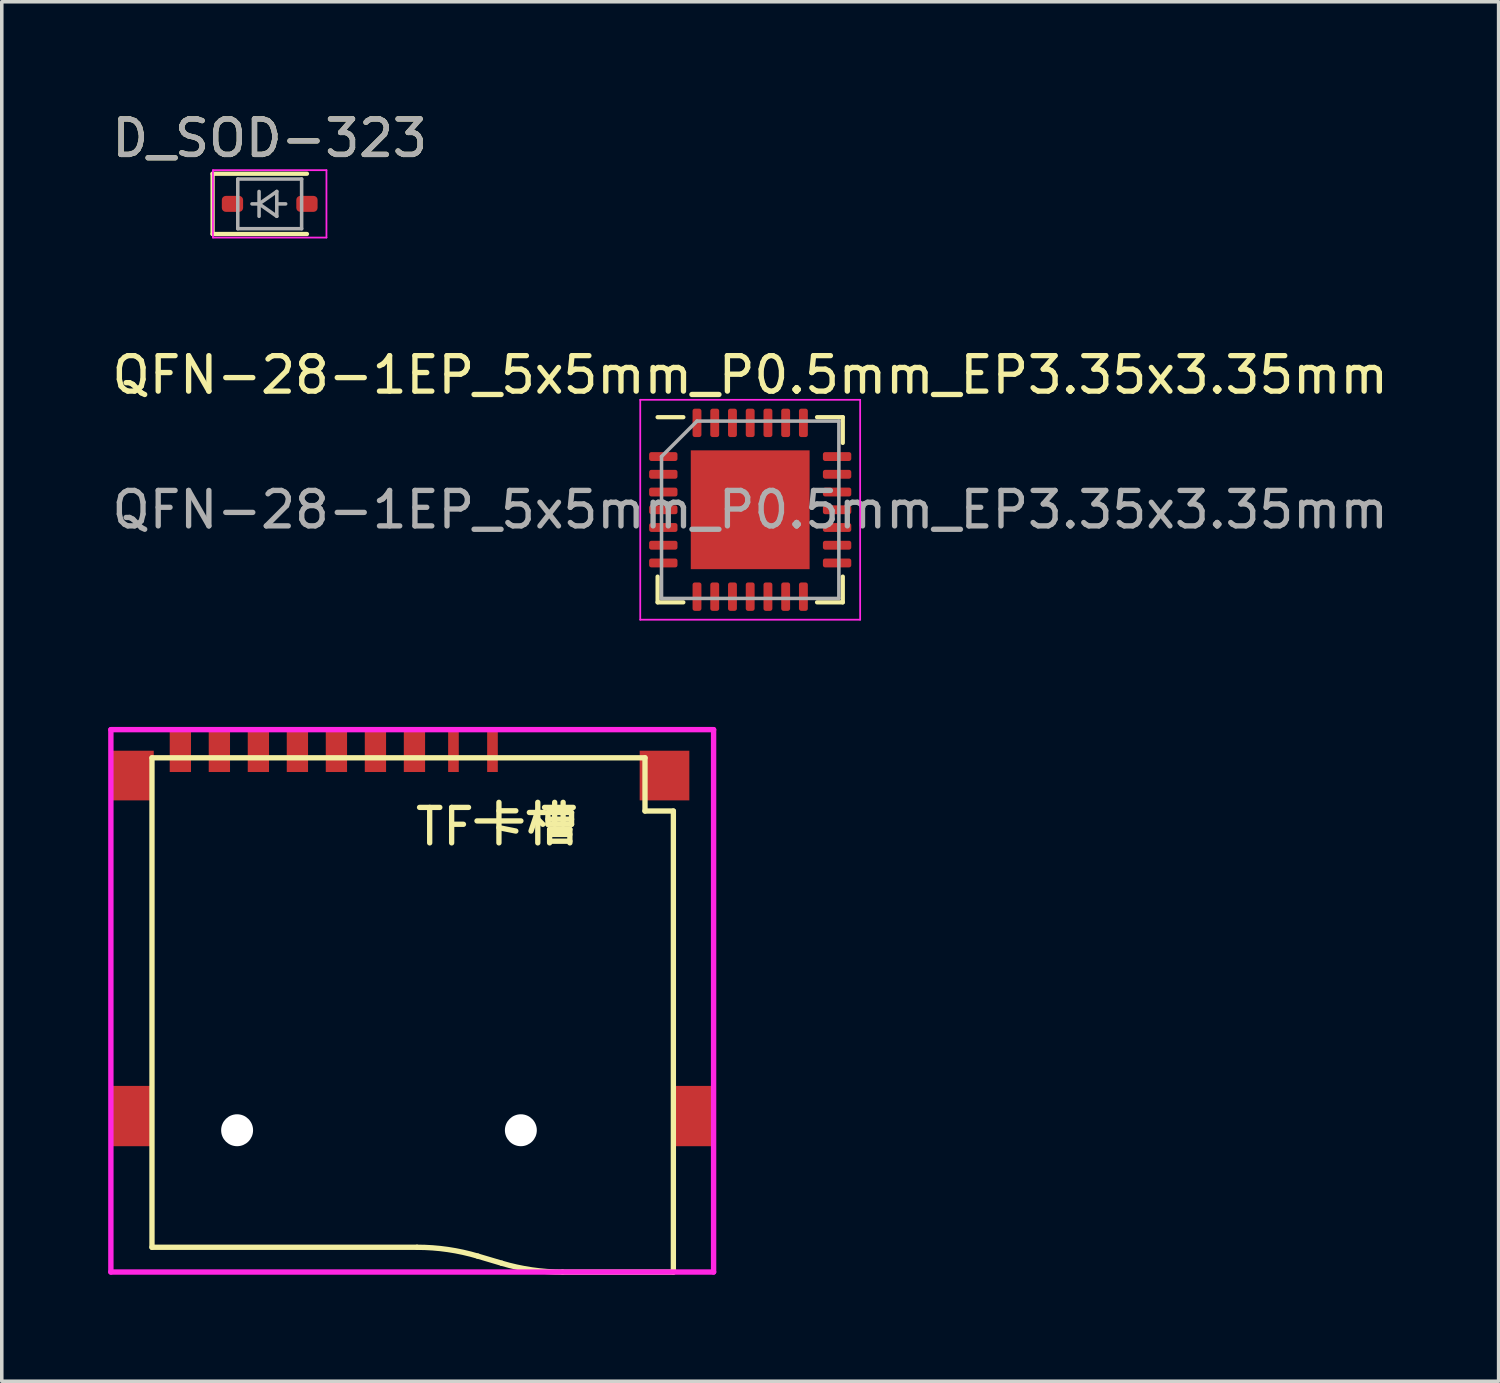
<source format=kicad_pcb>
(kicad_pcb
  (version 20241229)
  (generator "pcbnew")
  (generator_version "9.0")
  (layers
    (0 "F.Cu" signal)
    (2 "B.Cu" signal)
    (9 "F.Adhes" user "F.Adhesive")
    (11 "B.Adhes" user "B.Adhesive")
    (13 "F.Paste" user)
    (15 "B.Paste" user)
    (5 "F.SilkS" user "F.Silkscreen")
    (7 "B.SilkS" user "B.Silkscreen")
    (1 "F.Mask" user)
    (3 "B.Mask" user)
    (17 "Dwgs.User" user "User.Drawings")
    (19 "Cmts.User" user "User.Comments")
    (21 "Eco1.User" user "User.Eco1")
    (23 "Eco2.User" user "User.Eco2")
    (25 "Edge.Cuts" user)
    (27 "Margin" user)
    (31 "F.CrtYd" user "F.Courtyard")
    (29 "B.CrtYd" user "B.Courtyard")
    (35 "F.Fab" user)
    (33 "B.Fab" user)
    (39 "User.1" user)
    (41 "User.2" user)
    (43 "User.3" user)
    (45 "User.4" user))
  (footprint "QFN-28-1EP_5x5mm_P0.5mm_EP3.35x3.35mm"
    (layer "F.Cu")
    (at 18.101 11.322)
    (property "Reference" "QFN-28-1EP_5x5mm_P0.5mm_EP3.35x3.35mm" (at 0 -3.8 0) (layer "F.SilkS") (effects (font (size 1 1) (thickness 0.15))))
    (attr smd)
    (fp_line (start -2.61 2.61) (end -2.61 1.885) (stroke (width 0.12) (type solid)) (layer "F.SilkS"))
    (fp_line (start -1.885 -2.61) (end -2.61 -2.61) (stroke (width 0.12) (type solid)) (layer "F.SilkS"))
    (fp_line (start -1.885 2.61) (end -2.61 2.61) (stroke (width 0.12) (type solid)) (layer "F.SilkS"))
    (fp_line (start 1.885 -2.61) (end 2.61 -2.61) (stroke (width 0.12) (type solid)) (layer "F.SilkS"))
    (fp_line (start 1.885 2.61) (end 2.61 2.61) (stroke (width 0.12) (type solid)) (layer "F.SilkS"))
    (fp_line (start 2.61 -2.61) (end 2.61 -1.885) (stroke (width 0.12) (type solid)) (layer "F.SilkS"))
    (fp_line (start 2.61 2.61) (end 2.61 1.885) (stroke (width 0.12) (type solid)) (layer "F.SilkS"))
    (fp_line (start -3.1 -3.1) (end -3.1 3.1) (stroke (width 0.05) (type solid)) (layer "F.CrtYd"))
    (fp_line (start -3.1 3.1) (end 3.1 3.1) (stroke (width 0.05) (type solid)) (layer "F.CrtYd"))
    (fp_line (start 3.1 -3.1) (end -3.1 -3.1) (stroke (width 0.05) (type solid)) (layer "F.CrtYd"))
    (fp_line (start 3.1 3.1) (end 3.1 -3.1) (stroke (width 0.05) (type solid)) (layer "F.CrtYd"))
    (fp_line (start -2.5 -1.5) (end -1.5 -2.5) (stroke (width 0.1) (type solid)) (layer "F.Fab"))
    (fp_line (start -2.5 2.5) (end -2.5 -1.5) (stroke (width 0.1) (type solid)) (layer "F.Fab"))
    (fp_line (start -1.5 -2.5) (end 2.5 -2.5) (stroke (width 0.1) (type solid)) (layer "F.Fab"))
    (fp_line (start 2.5 -2.5) (end 2.5 2.5) (stroke (width 0.1) (type solid)) (layer "F.Fab"))
    (fp_line (start 2.5 2.5) (end -2.5 2.5) (stroke (width 0.1) (type solid)) (layer "F.Fab"))
    (fp_text user "${REFERENCE}" (at 0 0 0) (layer "F.Fab") (effects (font (size 1 1) (thickness 0.15))))
    (pad "" smd roundrect (at -1.12 -1.12) (size 0.9 0.9) (layers "F.Paste") (roundrect_rratio 0.25))
    (pad "" smd roundrect (at -1.12 0) (size 0.9 0.9) (layers "F.Paste") (roundrect_rratio 0.25))
    (pad "" smd roundrect (at -1.12 1.12) (size 0.9 0.9) (layers "F.Paste") (roundrect_rratio 0.25))
    (pad "" smd roundrect (at 0 -1.12) (size 0.9 0.9) (layers "F.Paste") (roundrect_rratio 0.25))
    (pad "" smd roundrect (at 0 0) (size 0.9 0.9) (layers "F.Paste") (roundrect_rratio 0.25))
    (pad "" smd roundrect (at 0 1.12) (size 0.9 0.9) (layers "F.Paste") (roundrect_rratio 0.25))
    (pad "" smd roundrect (at 1.12 -1.12) (size 0.9 0.9) (layers "F.Paste") (roundrect_rratio 0.25))
    (pad "" smd roundrect (at 1.12 0) (size 0.9 0.9) (layers "F.Paste") (roundrect_rratio 0.25))
    (pad "" smd roundrect (at 1.12 1.12) (size 0.9 0.9) (layers "F.Paste") (roundrect_rratio 0.25))
    (pad "1" smd roundrect (at -2.45 -1.5) (size 0.8 0.25) (layers "F.Cu" "F.Mask" "F.Paste") (roundrect_rratio 0.25))
    (pad "2" smd roundrect (at -2.45 -1) (size 0.8 0.25) (layers "F.Cu" "F.Mask" "F.Paste") (roundrect_rratio 0.25))
    (pad "3" smd roundrect (at -2.45 -0.5) (size 0.8 0.25) (layers "F.Cu" "F.Mask" "F.Paste") (roundrect_rratio 0.25))
    (pad "4" smd roundrect (at -2.45 0) (size 0.8 0.25) (layers "F.Cu" "F.Mask" "F.Paste") (roundrect_rratio 0.25))
    (pad "5" smd roundrect (at -2.45 0.5) (size 0.8 0.25) (layers "F.Cu" "F.Mask" "F.Paste") (roundrect_rratio 0.25))
    (pad "6" smd roundrect (at -2.45 1) (size 0.8 0.25) (layers "F.Cu" "F.Mask" "F.Paste") (roundrect_rratio 0.25))
    (pad "7" smd roundrect (at -2.45 1.5) (size 0.8 0.25) (layers "F.Cu" "F.Mask" "F.Paste") (roundrect_rratio 0.25))
    (pad "8" smd roundrect (at -1.5 2.45) (size 0.25 0.8) (layers "F.Cu" "F.Mask" "F.Paste") (roundrect_rratio 0.25))
    (pad "9" smd roundrect (at -1 2.45) (size 0.25 0.8) (layers "F.Cu" "F.Mask" "F.Paste") (roundrect_rratio 0.25))
    (pad "10" smd roundrect (at -0.5 2.45) (size 0.25 0.8) (layers "F.Cu" "F.Mask" "F.Paste") (roundrect_rratio 0.25))
    (pad "11" smd roundrect (at 0 2.45) (size 0.25 0.8) (layers "F.Cu" "F.Mask" "F.Paste") (roundrect_rratio 0.25))
    (pad "12" smd roundrect (at 0.5 2.45) (size 0.25 0.8) (layers "F.Cu" "F.Mask" "F.Paste") (roundrect_rratio 0.25))
    (pad "13" smd roundrect (at 1 2.45) (size 0.25 0.8) (layers "F.Cu" "F.Mask" "F.Paste") (roundrect_rratio 0.25))
    (pad "14" smd roundrect (at 1.5 2.45) (size 0.25 0.8) (layers "F.Cu" "F.Mask" "F.Paste") (roundrect_rratio 0.25))
    (pad "15" smd roundrect (at 2.45 1.5) (size 0.8 0.25) (layers "F.Cu" "F.Mask" "F.Paste") (roundrect_rratio 0.25))
    (pad "16" smd roundrect (at 2.45 1) (size 0.8 0.25) (layers "F.Cu" "F.Mask" "F.Paste") (roundrect_rratio 0.25))
    (pad "17" smd roundrect (at 2.45 0.5) (size 0.8 0.25) (layers "F.Cu" "F.Mask" "F.Paste") (roundrect_rratio 0.25))
    (pad "18" smd roundrect (at 2.45 0) (size 0.8 0.25) (layers "F.Cu" "F.Mask" "F.Paste") (roundrect_rratio 0.25))
    (pad "19" smd roundrect (at 2.45 -0.5) (size 0.8 0.25) (layers "F.Cu" "F.Mask" "F.Paste") (roundrect_rratio 0.25))
    (pad "20" smd roundrect (at 2.45 -1) (size 0.8 0.25) (layers "F.Cu" "F.Mask" "F.Paste") (roundrect_rratio 0.25))
    (pad "21" smd roundrect (at 2.45 -1.5) (size 0.8 0.25) (layers "F.Cu" "F.Mask" "F.Paste") (roundrect_rratio 0.25))
    (pad "22" smd roundrect (at 1.5 -2.45) (size 0.25 0.8) (layers "F.Cu" "F.Mask" "F.Paste") (roundrect_rratio 0.25))
    (pad "23" smd roundrect (at 1 -2.45) (size 0.25 0.8) (layers "F.Cu" "F.Mask" "F.Paste") (roundrect_rratio 0.25))
    (pad "24" smd roundrect (at 0.5 -2.45) (size 0.25 0.8) (layers "F.Cu" "F.Mask" "F.Paste") (roundrect_rratio 0.25))
    (pad "25" smd roundrect (at 0 -2.45) (size 0.25 0.8) (layers "F.Cu" "F.Mask" "F.Paste") (roundrect_rratio 0.25))
    (pad "26" smd roundrect (at -0.5 -2.45) (size 0.25 0.8) (layers "F.Cu" "F.Mask" "F.Paste") (roundrect_rratio 0.25))
    (pad "27" smd roundrect (at -1 -2.45) (size 0.25 0.8) (layers "F.Cu" "F.Mask" "F.Paste") (roundrect_rratio 0.25))
    (pad "28" smd roundrect (at -1.5 -2.45) (size 0.25 0.8) (layers "F.Cu" "F.Mask" "F.Paste") (roundrect_rratio 0.25))
    (pad "29" smd rect (at 0 0) (size 3.35 3.35) (layers "F.Cu" "F.Mask")))
  (footprint "TF卡槽"
    (layer "F.Cu")
    (at 8.585 23.466)
    (property "Reference" "TF卡槽" (at 0 -3.207 0) (layer "F.SilkS") (effects (font (size 1 1) (thickness 0.15)) (justify left)))
    (attr through_hole)
    (fp_line (start -7.35 -5.15) (end -7.35 8.65) (stroke (width 0.15) (type solid)) (layer "F.SilkS"))
    (fp_line (start -7.35 8.65) (end 0.125 8.65) (stroke (width 0.15) (type solid)) (layer "F.SilkS"))
    (fp_line (start 1.838 8.9) (end 2.512 9.1) (stroke (width 0.15) (type solid)) (layer "F.SilkS"))
    (fp_line (start 4.225 9.35) (end 7.35 9.35) (stroke (width 0.15) (type solid)) (layer "F.SilkS"))
    (fp_line (start 6.55 -5.15) (end -7.35 -5.15) (stroke (width 0.15) (type solid)) (layer "F.SilkS"))
    (fp_line (start 6.55 -3.65) (end 6.55 -5.15) (stroke (width 0.15) (type solid)) (layer "F.SilkS"))
    (fp_line (start 7.35 -3.65) (end 6.55 -3.65) (stroke (width 0.15) (type solid)) (layer "F.SilkS"))
    (fp_line (start 7.35 9.35) (end 7.35 -3.65) (stroke (width 0.15) (type solid)) (layer "F.SilkS"))
    (fp_arc (start 0.125 8.65) (mid 0.991137 8.712845) (end 1.839129 8.900064) (stroke (width 0.15) (type solid)) (layer "F.SilkS"))
    (fp_arc (start 4.225 9.35) (mid 3.358863 9.287155) (end 2.51087 9.099936) (stroke (width 0.15) (type solid)) (layer "F.SilkS"))
    (fp_line (start -8.509 -5.944) (end 8.484 -5.944) (stroke (width 0.152) (type solid)) (layer "F.CrtYd"))
    (fp_line (start -8.509 9.347) (end -8.509 -5.944) (stroke (width 0.152) (type solid)) (layer "F.CrtYd"))
    (fp_line (start 8.484 -5.944) (end 8.484 9.347) (stroke (width 0.152) (type solid)) (layer "F.CrtYd"))
    (fp_line (start 8.484 9.347) (end -8.509 9.347) (stroke (width 0.152) (type solid)) (layer "F.CrtYd"))
    (pad "" np_thru_hole circle (at -4.95 5.35) (size 0.9 0.9) (drill oval 0.9) (layers "*.Cu" "*.Mask"))
    (pad "" np_thru_hole circle (at 3.05 5.35) (size 0.9 0.9) (drill oval 0.9) (layers "*.Cu" "*.Mask"))
    (pad "1" smd rect (at 2.25 -5.35 90) (size 1.2 0.3) (layers "F.Cu" "F.Mask" "F.Paste"))
    (pad "2" smd rect (at 1.15 -5.35 90) (size 1.2 0.3) (layers "F.Cu" "F.Mask" "F.Paste"))
    (pad "3" smd rect (at 0.05 -5.35 90) (size 1.2 0.6) (layers "F.Cu" "F.Mask" "F.Paste"))
    (pad "4" smd rect (at -1.05 -5.35 90) (size 1.2 0.6) (layers "F.Cu" "F.Mask" "F.Paste"))
    (pad "5" smd rect (at -2.15 -5.35 90) (size 1.2 0.6) (layers "F.Cu" "F.Mask" "F.Paste"))
    (pad "6" smd rect (at -3.25 -5.35 90) (size 1.2 0.6) (layers "F.Cu" "F.Mask" "F.Paste"))
    (pad "7" smd rect (at -4.35 -5.35 90) (size 1.2 0.6) (layers "F.Cu" "F.Mask" "F.Paste"))
    (pad "8" smd rect (at -5.45 -5.35 90) (size 1.2 0.6) (layers "F.Cu" "F.Mask" "F.Paste"))
    (pad "9" smd rect (at -6.55 -5.35 90) (size 1.2 0.6) (layers "F.Cu" "F.Mask" "F.Paste"))
    (pad "10" smd rect (at -7.9 -4.65 90) (size 1.4 1.2) (layers "F.Cu" "F.Mask" "F.Paste"))
    (pad "11" smd rect (at 7.1 -4.65) (size 1.4 1.4) (layers "F.Cu" "F.Mask" "F.Paste"))
    (pad "12" smd rect (at -7.9 4.95 90) (size 1.7 1.2) (layers "F.Cu" "F.Mask" "F.Paste"))
    (pad "13" smd rect (at 7.9 4.95 90) (size 1.7 1.2) (layers "F.Cu" "F.Mask" "F.Paste")))
  (footprint "D_SOD-323"
    (layer "F.Cu")
    (at 4.554 2.698)
    (property "Reference" "D_SOD-323" (at 0 -1.85 0) (layer "F.SilkS") (effects (font (size 1 1) (thickness 0.15))))
    (attr smd)
    (fp_line (start -1.61 -0.85) (end -1.61 0.85) (stroke (width 0.12) (type solid)) (layer "F.SilkS"))
    (fp_line (start -1.61 -0.85) (end 1.05 -0.85) (stroke (width 0.12) (type solid)) (layer "F.SilkS"))
    (fp_line (start -1.61 0.85) (end 1.05 0.85) (stroke (width 0.12) (type solid)) (layer "F.SilkS"))
    (fp_line (start -1.6 -0.95) (end -1.6 0.95) (stroke (width 0.05) (type solid)) (layer "F.CrtYd"))
    (fp_line (start -1.6 -0.95) (end 1.6 -0.95) (stroke (width 0.05) (type solid)) (layer "F.CrtYd"))
    (fp_line (start -1.6 0.95) (end 1.6 0.95) (stroke (width 0.05) (type solid)) (layer "F.CrtYd"))
    (fp_line (start 1.6 -0.95) (end 1.6 0.95) (stroke (width 0.05) (type solid)) (layer "F.CrtYd"))
    (fp_line (start -0.9 -0.7) (end 0.9 -0.7) (stroke (width 0.1) (type solid)) (layer "F.Fab"))
    (fp_line (start -0.9 0.7) (end -0.9 -0.7) (stroke (width 0.1) (type solid)) (layer "F.Fab"))
    (fp_line (start -0.3 -0.35) (end -0.3 0.35) (stroke (width 0.1) (type solid)) (layer "F.Fab"))
    (fp_line (start -0.3 0) (end -0.5 0) (stroke (width 0.1) (type solid)) (layer "F.Fab"))
    (fp_line (start -0.3 0) (end 0.2 -0.35) (stroke (width 0.1) (type solid)) (layer "F.Fab"))
    (fp_line (start 0.2 -0.35) (end 0.2 0.35) (stroke (width 0.1) (type solid)) (layer "F.Fab"))
    (fp_line (start 0.2 0) (end 0.45 0) (stroke (width 0.1) (type solid)) (layer "F.Fab"))
    (fp_line (start 0.2 0.35) (end -0.3 0) (stroke (width 0.1) (type solid)) (layer "F.Fab"))
    (fp_line (start 0.9 -0.7) (end 0.9 0.7) (stroke (width 0.1) (type solid)) (layer "F.Fab"))
    (fp_line (start 0.9 0.7) (end -0.9 0.7) (stroke (width 0.1) (type solid)) (layer "F.Fab"))
    (fp_text user "${REFERENCE}" (at 0 -1.85 0) (layer "F.Fab") (effects (font (size 1 1) (thickness 0.15))))
    (pad "1" smd roundrect (at -1.05 0) (size 0.6 0.45) (layers "F.Cu" "F.Mask" "F.Paste") (roundrect_rratio 0.25))
    (pad "2" smd roundrect (at 1.05 0) (size 0.6 0.45) (layers "F.Cu" "F.Mask" "F.Paste") (roundrect_rratio 0.25)))
  (gr_rect
    (start -3 -3)
    (end 39.202 35.892)
    (stroke (width 0.1) (type default))
    (fill no)
    (layer "Edge.Cuts")))
</source>
